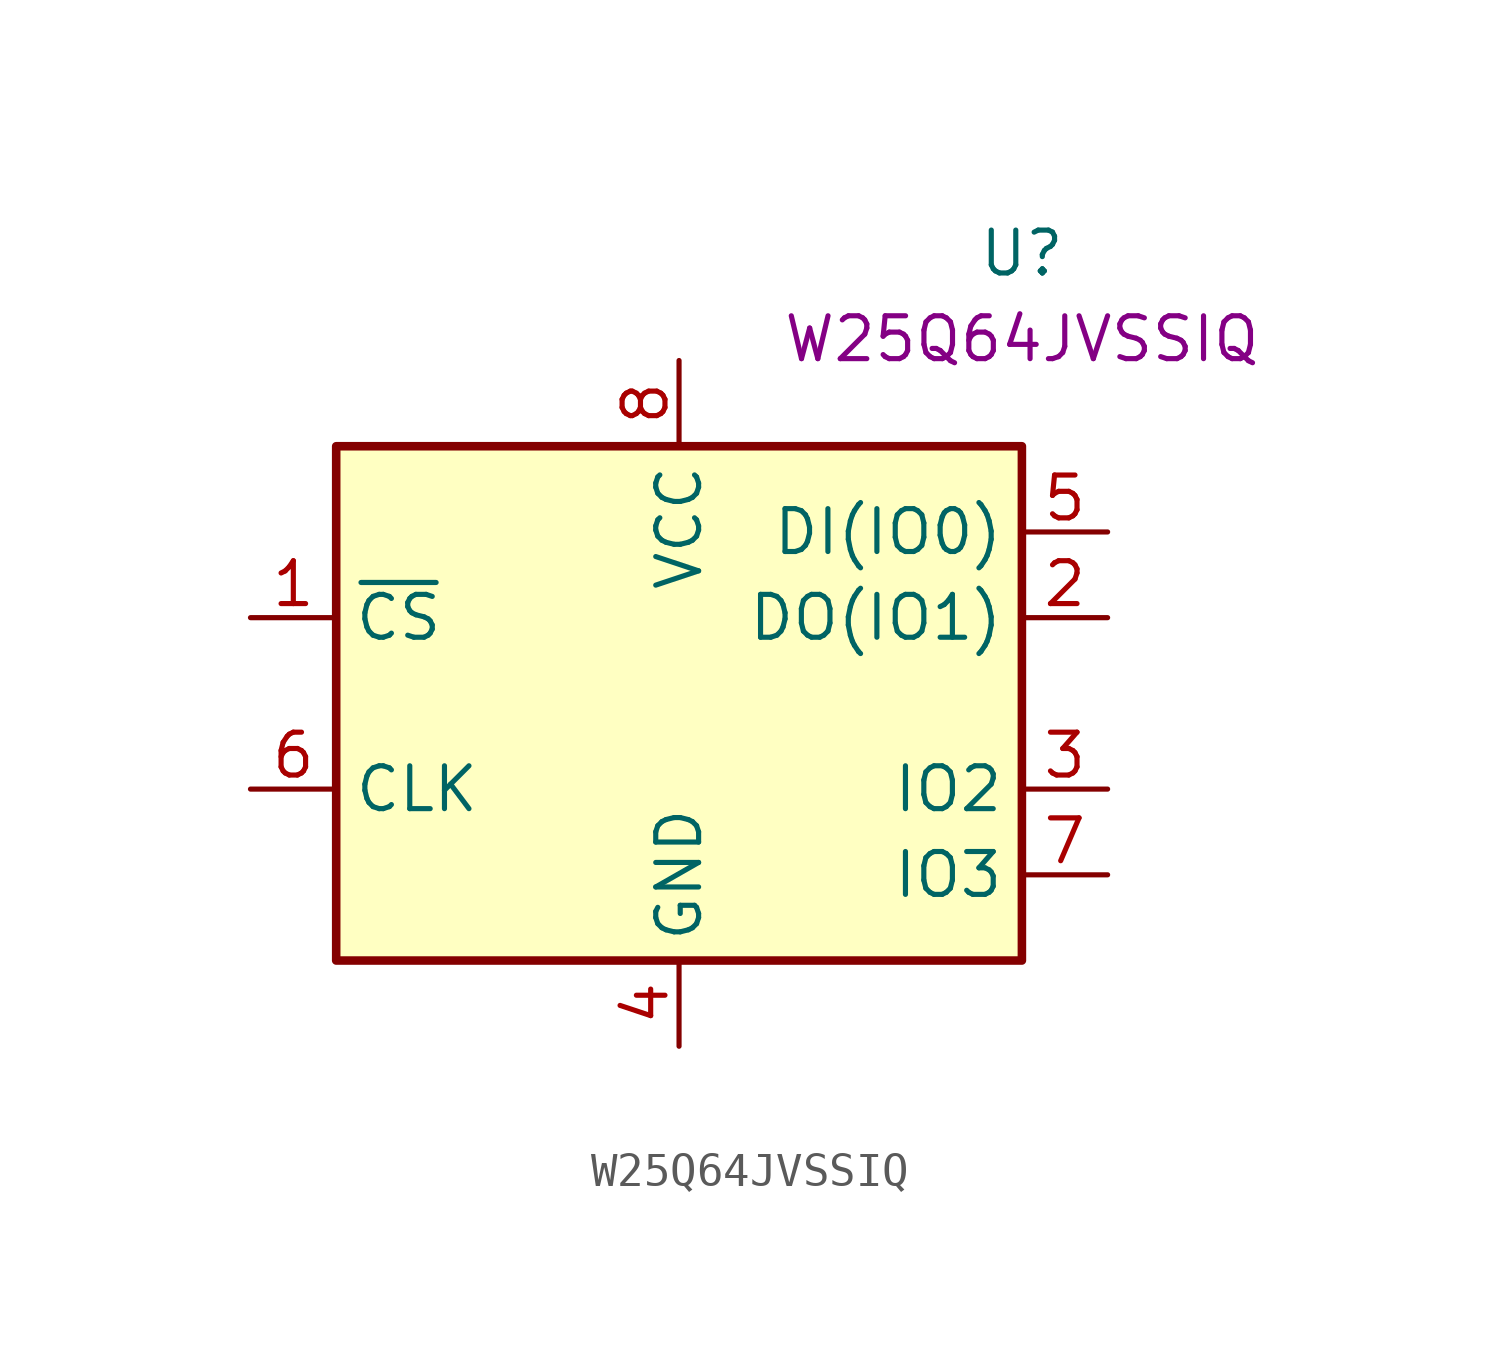
<source format=kicad_sym>
(kicad_symbol_lib
  (version 20231120)
  (generator "kicad_symbol_editor")
  (generator_version "8.0")
  (symbol "W25Q64JVSSIQ"
    (property "Reference" "U"
      (at 10.16 13.335 0)
      (effects (font (size 1.27 1.27))))
    (property "UserValue" "W25Q64JVSSIQ"
      (at 10.16 10.795 0)
      (effects (font (size 1.27 1.27))))
    (symbol "W25Q64JVSSIQ_0_1"
      (rectangle (start -10.16 7.62) (end 10.16 -7.62) (stroke (width 0.254) (type default)) (fill (type background))))
    (symbol "W25Q64JVSSIQ_1_1"
      (pin input line (at -12.7 2.54 0) (length 2.54) (name "~{CS}" (effects (font (size 1.27 1.27)))) (number "1" (effects (font (size 1.27 1.27)))))
      (pin bidirectional line (at 12.7 2.54 180) (length 2.54) (name "DO(IO1)" (effects (font (size 1.27 1.27)))) (number "2" (effects (font (size 1.27 1.27)))))
      (pin bidirectional line (at 12.7 -2.54 180) (length 2.54) (name "IO2" (effects (font (size 1.27 1.27)))) (number "3" (effects (font (size 1.27 1.27)))))
      (pin power_in line (at 0 -10.16 90) (length 2.54) (name "GND" (effects (font (size 1.27 1.27)))) (number "4" (effects (font (size 1.27 1.27)))))
      (pin bidirectional line (at 12.7 5.08 180) (length 2.54) (name "DI(IO0)" (effects (font (size 1.27 1.27)))) (number "5" (effects (font (size 1.27 1.27)))))
      (pin input line (at -12.7 -2.54 0) (length 2.54) (name "CLK" (effects (font (size 1.27 1.27)))) (number "6" (effects (font (size 1.27 1.27)))))
      (pin bidirectional line (at 12.7 -5.08 180) (length 2.54) (name "IO3" (effects (font (size 1.27 1.27)))) (number "7" (effects (font (size 1.27 1.27)))))
      (pin power_in line (at 0 10.16 270) (length 2.54) (name "VCC" (effects (font (size 1.27 1.27)))) (number "8" (effects (font (size 1.27 1.27))))))))
</source>
